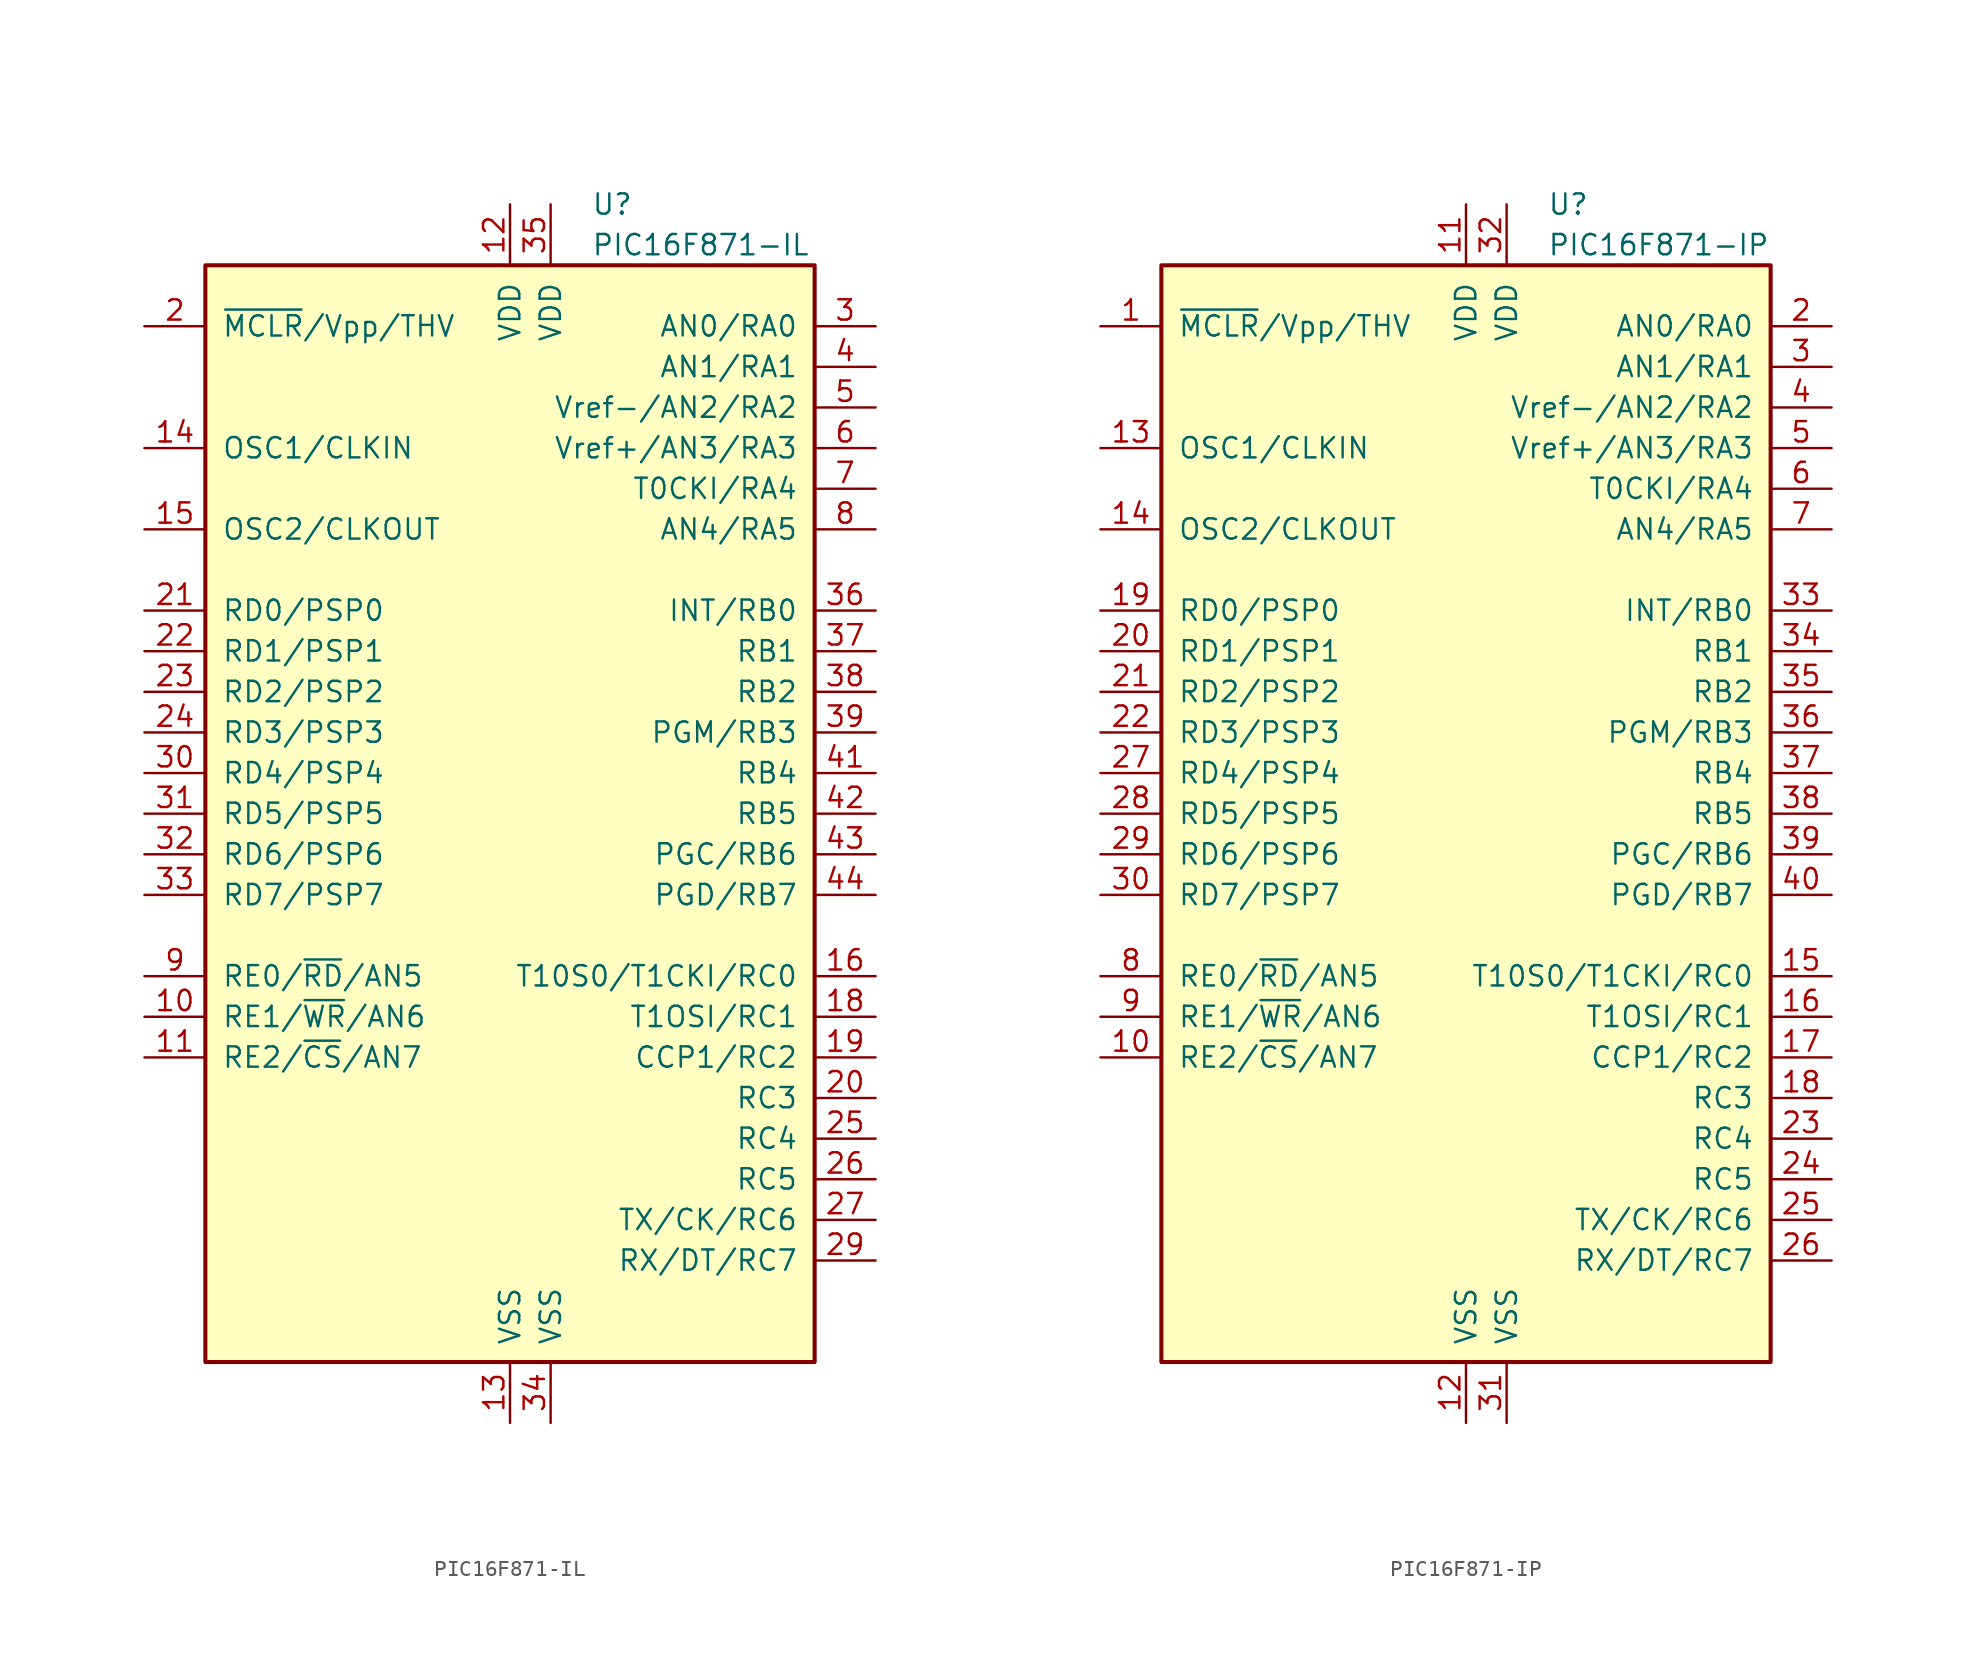
<source format=kicad_sym>
(kicad_symbol_lib
  (version 20211014)
  (generator kicad_symbol_editor)
  (symbol "PIC16F871-IL"
    (pin_names
      (offset 1.016))
    (property "Reference" "U"
      (at 5.08 38.1 0)
      (effects (font (size 1.27 1.27)) (justify left)))
    (property "Value" "PIC16F871-IL"
      (at 5.08 35.56 0)
      (effects (font (size 1.27 1.27)) (justify left)))
    (symbol "PIC16F871-IL_0_1"
      (rectangle (start -19.05 -34.29) (end 19.05 34.29) (stroke (width 0.254) (type default) (color 0 0 0 0)) (fill (type background))))
    (symbol "PIC16F871-IL_1_1"
      (pin bidirectional line (at -22.86 -12.7 0) (length 3.81) (name "RE1/~{WR}/AN6" (effects (font (size 1.27 1.27)))) (number "10" (effects (font (size 1.27 1.27)))))
      (pin bidirectional line (at -22.86 -15.24 0) (length 3.81) (name "RE2/~{CS}/AN7" (effects (font (size 1.27 1.27)))) (number "11" (effects (font (size 1.27 1.27)))))
      (pin power_in line (at 0 38.1 270) (length 3.81) (name "VDD" (effects (font (size 1.27 1.27)))) (number "12" (effects (font (size 1.27 1.27)))))
      (pin power_in line (at 0 -38.1 90) (length 3.81) (name "VSS" (effects (font (size 1.27 1.27)))) (number "13" (effects (font (size 1.27 1.27)))))
      (pin input line (at -22.86 22.86 0) (length 3.81) (name "OSC1/CLKIN" (effects (font (size 1.27 1.27)))) (number "14" (effects (font (size 1.27 1.27)))))
      (pin output line (at -22.86 17.78 0) (length 3.81) (name "OSC2/CLKOUT" (effects (font (size 1.27 1.27)))) (number "15" (effects (font (size 1.27 1.27)))))
      (pin bidirectional line (at 22.86 -10.16 180) (length 3.81) (name "T10S0/T1CKI/RC0" (effects (font (size 1.27 1.27)))) (number "16" (effects (font (size 1.27 1.27)))))
      (pin bidirectional line (at 22.86 -12.7 180) (length 3.81) (name "T1OSI/RC1" (effects (font (size 1.27 1.27)))) (number "18" (effects (font (size 1.27 1.27)))))
      (pin bidirectional line (at 22.86 -15.24 180) (length 3.81) (name "CCP1/RC2" (effects (font (size 1.27 1.27)))) (number "19" (effects (font (size 1.27 1.27)))))
      (pin input line (at -22.86 30.48 0) (length 3.81) (name "~{MCLR}/Vpp/THV" (effects (font (size 1.27 1.27)))) (number "2" (effects (font (size 1.27 1.27)))))
      (pin bidirectional line (at 22.86 -17.78 180) (length 3.81) (name "RC3" (effects (font (size 1.27 1.27)))) (number "20" (effects (font (size 1.27 1.27)))))
      (pin bidirectional line (at -22.86 12.7 0) (length 3.81) (name "RD0/PSP0" (effects (font (size 1.27 1.27)))) (number "21" (effects (font (size 1.27 1.27)))))
      (pin bidirectional line (at -22.86 10.16 0) (length 3.81) (name "RD1/PSP1" (effects (font (size 1.27 1.27)))) (number "22" (effects (font (size 1.27 1.27)))))
      (pin bidirectional line (at -22.86 7.62 0) (length 3.81) (name "RD2/PSP2" (effects (font (size 1.27 1.27)))) (number "23" (effects (font (size 1.27 1.27)))))
      (pin bidirectional line (at -22.86 5.08 0) (length 3.81) (name "RD3/PSP3" (effects (font (size 1.27 1.27)))) (number "24" (effects (font (size 1.27 1.27)))))
      (pin bidirectional line (at 22.86 -20.32 180) (length 3.81) (name "RC4" (effects (font (size 1.27 1.27)))) (number "25" (effects (font (size 1.27 1.27)))))
      (pin bidirectional line (at 22.86 -22.86 180) (length 3.81) (name "RC5" (effects (font (size 1.27 1.27)))) (number "26" (effects (font (size 1.27 1.27)))))
      (pin bidirectional line (at 22.86 -25.4 180) (length 3.81) (name "TX/CK/RC6" (effects (font (size 1.27 1.27)))) (number "27" (effects (font (size 1.27 1.27)))))
      (pin bidirectional line (at 22.86 -27.94 180) (length 3.81) (name "RX/DT/RC7" (effects (font (size 1.27 1.27)))) (number "29" (effects (font (size 1.27 1.27)))))
      (pin bidirectional line (at 22.86 30.48 180) (length 3.81) (name "AN0/RA0" (effects (font (size 1.27 1.27)))) (number "3" (effects (font (size 1.27 1.27)))))
      (pin bidirectional line (at -22.86 2.54 0) (length 3.81) (name "RD4/PSP4" (effects (font (size 1.27 1.27)))) (number "30" (effects (font (size 1.27 1.27)))))
      (pin bidirectional line (at -22.86 0 0) (length 3.81) (name "RD5/PSP5" (effects (font (size 1.27 1.27)))) (number "31" (effects (font (size 1.27 1.27)))))
      (pin bidirectional line (at -22.86 -2.54 0) (length 3.81) (name "RD6/PSP6" (effects (font (size 1.27 1.27)))) (number "32" (effects (font (size 1.27 1.27)))))
      (pin bidirectional line (at -22.86 -5.08 0) (length 3.81) (name "RD7/PSP7" (effects (font (size 1.27 1.27)))) (number "33" (effects (font (size 1.27 1.27)))))
      (pin power_in line (at 2.54 -38.1 90) (length 3.81) (name "VSS" (effects (font (size 1.27 1.27)))) (number "34" (effects (font (size 1.27 1.27)))))
      (pin power_in line (at 2.54 38.1 270) (length 3.81) (name "VDD" (effects (font (size 1.27 1.27)))) (number "35" (effects (font (size 1.27 1.27)))))
      (pin bidirectional line (at 22.86 12.7 180) (length 3.81) (name "INT/RB0" (effects (font (size 1.27 1.27)))) (number "36" (effects (font (size 1.27 1.27)))))
      (pin bidirectional line (at 22.86 10.16 180) (length 3.81) (name "RB1" (effects (font (size 1.27 1.27)))) (number "37" (effects (font (size 1.27 1.27)))))
      (pin bidirectional line (at 22.86 7.62 180) (length 3.81) (name "RB2" (effects (font (size 1.27 1.27)))) (number "38" (effects (font (size 1.27 1.27)))))
      (pin bidirectional line (at 22.86 5.08 180) (length 3.81) (name "PGM/RB3" (effects (font (size 1.27 1.27)))) (number "39" (effects (font (size 1.27 1.27)))))
      (pin bidirectional line (at 22.86 27.94 180) (length 3.81) (name "AN1/RA1" (effects (font (size 1.27 1.27)))) (number "4" (effects (font (size 1.27 1.27)))))
      (pin bidirectional line (at 22.86 2.54 180) (length 3.81) (name "RB4" (effects (font (size 1.27 1.27)))) (number "41" (effects (font (size 1.27 1.27)))))
      (pin bidirectional line (at 22.86 0 180) (length 3.81) (name "RB5" (effects (font (size 1.27 1.27)))) (number "42" (effects (font (size 1.27 1.27)))))
      (pin bidirectional line (at 22.86 -2.54 180) (length 3.81) (name "PGC/RB6" (effects (font (size 1.27 1.27)))) (number "43" (effects (font (size 1.27 1.27)))))
      (pin bidirectional line (at 22.86 -5.08 180) (length 3.81) (name "PGD/RB7" (effects (font (size 1.27 1.27)))) (number "44" (effects (font (size 1.27 1.27)))))
      (pin bidirectional line (at 22.86 25.4 180) (length 3.81) (name "Vref-/AN2/RA2" (effects (font (size 1.27 1.27)))) (number "5" (effects (font (size 1.27 1.27)))))
      (pin bidirectional line (at 22.86 22.86 180) (length 3.81) (name "Vref+/AN3/RA3" (effects (font (size 1.27 1.27)))) (number "6" (effects (font (size 1.27 1.27)))))
      (pin bidirectional line (at 22.86 20.32 180) (length 3.81) (name "T0CKI/RA4" (effects (font (size 1.27 1.27)))) (number "7" (effects (font (size 1.27 1.27)))))
      (pin bidirectional line (at 22.86 17.78 180) (length 3.81) (name "AN4/RA5" (effects (font (size 1.27 1.27)))) (number "8" (effects (font (size 1.27 1.27)))))
      (pin bidirectional line (at -22.86 -10.16 0) (length 3.81) (name "RE0/~{RD}/AN5" (effects (font (size 1.27 1.27)))) (number "9" (effects (font (size 1.27 1.27)))))))
  (symbol "PIC16F871-IP"
    (pin_names
      (offset 1.016))
    (property "Reference" "U"
      (at 5.08 38.1 0)
      (effects (font (size 1.27 1.27)) (justify left)))
    (property "Value" "PIC16F871-IP"
      (at 5.08 35.56 0)
      (effects (font (size 1.27 1.27)) (justify left)))
    (symbol "PIC16F871-IP_0_1"
      (rectangle (start -19.05 -34.29) (end 19.05 34.29) (stroke (width 0.254) (type default) (color 0 0 0 0)) (fill (type background))))
    (symbol "PIC16F871-IP_1_1"
      (pin input line (at -22.86 30.48 0) (length 3.81) (name "~{MCLR}/Vpp/THV" (effects (font (size 1.27 1.27)))) (number "1" (effects (font (size 1.27 1.27)))))
      (pin bidirectional line (at -22.86 -15.24 0) (length 3.81) (name "RE2/~{CS}/AN7" (effects (font (size 1.27 1.27)))) (number "10" (effects (font (size 1.27 1.27)))))
      (pin power_in line (at 0 38.1 270) (length 3.81) (name "VDD" (effects (font (size 1.27 1.27)))) (number "11" (effects (font (size 1.27 1.27)))))
      (pin power_in line (at 0 -38.1 90) (length 3.81) (name "VSS" (effects (font (size 1.27 1.27)))) (number "12" (effects (font (size 1.27 1.27)))))
      (pin input line (at -22.86 22.86 0) (length 3.81) (name "OSC1/CLKIN" (effects (font (size 1.27 1.27)))) (number "13" (effects (font (size 1.27 1.27)))))
      (pin output line (at -22.86 17.78 0) (length 3.81) (name "OSC2/CLKOUT" (effects (font (size 1.27 1.27)))) (number "14" (effects (font (size 1.27 1.27)))))
      (pin bidirectional line (at 22.86 -10.16 180) (length 3.81) (name "T10S0/T1CKI/RC0" (effects (font (size 1.27 1.27)))) (number "15" (effects (font (size 1.27 1.27)))))
      (pin bidirectional line (at 22.86 -12.7 180) (length 3.81) (name "T1OSI/RC1" (effects (font (size 1.27 1.27)))) (number "16" (effects (font (size 1.27 1.27)))))
      (pin bidirectional line (at 22.86 -15.24 180) (length 3.81) (name "CCP1/RC2" (effects (font (size 1.27 1.27)))) (number "17" (effects (font (size 1.27 1.27)))))
      (pin bidirectional line (at 22.86 -17.78 180) (length 3.81) (name "RC3" (effects (font (size 1.27 1.27)))) (number "18" (effects (font (size 1.27 1.27)))))
      (pin bidirectional line (at -22.86 12.7 0) (length 3.81) (name "RD0/PSP0" (effects (font (size 1.27 1.27)))) (number "19" (effects (font (size 1.27 1.27)))))
      (pin bidirectional line (at 22.86 30.48 180) (length 3.81) (name "AN0/RA0" (effects (font (size 1.27 1.27)))) (number "2" (effects (font (size 1.27 1.27)))))
      (pin bidirectional line (at -22.86 10.16 0) (length 3.81) (name "RD1/PSP1" (effects (font (size 1.27 1.27)))) (number "20" (effects (font (size 1.27 1.27)))))
      (pin bidirectional line (at -22.86 7.62 0) (length 3.81) (name "RD2/PSP2" (effects (font (size 1.27 1.27)))) (number "21" (effects (font (size 1.27 1.27)))))
      (pin bidirectional line (at -22.86 5.08 0) (length 3.81) (name "RD3/PSP3" (effects (font (size 1.27 1.27)))) (number "22" (effects (font (size 1.27 1.27)))))
      (pin bidirectional line (at 22.86 -20.32 180) (length 3.81) (name "RC4" (effects (font (size 1.27 1.27)))) (number "23" (effects (font (size 1.27 1.27)))))
      (pin bidirectional line (at 22.86 -22.86 180) (length 3.81) (name "RC5" (effects (font (size 1.27 1.27)))) (number "24" (effects (font (size 1.27 1.27)))))
      (pin bidirectional line (at 22.86 -25.4 180) (length 3.81) (name "TX/CK/RC6" (effects (font (size 1.27 1.27)))) (number "25" (effects (font (size 1.27 1.27)))))
      (pin bidirectional line (at 22.86 -27.94 180) (length 3.81) (name "RX/DT/RC7" (effects (font (size 1.27 1.27)))) (number "26" (effects (font (size 1.27 1.27)))))
      (pin bidirectional line (at -22.86 2.54 0) (length 3.81) (name "RD4/PSP4" (effects (font (size 1.27 1.27)))) (number "27" (effects (font (size 1.27 1.27)))))
      (pin bidirectional line (at -22.86 0 0) (length 3.81) (name "RD5/PSP5" (effects (font (size 1.27 1.27)))) (number "28" (effects (font (size 1.27 1.27)))))
      (pin bidirectional line (at -22.86 -2.54 0) (length 3.81) (name "RD6/PSP6" (effects (font (size 1.27 1.27)))) (number "29" (effects (font (size 1.27 1.27)))))
      (pin bidirectional line (at 22.86 27.94 180) (length 3.81) (name "AN1/RA1" (effects (font (size 1.27 1.27)))) (number "3" (effects (font (size 1.27 1.27)))))
      (pin bidirectional line (at -22.86 -5.08 0) (length 3.81) (name "RD7/PSP7" (effects (font (size 1.27 1.27)))) (number "30" (effects (font (size 1.27 1.27)))))
      (pin power_in line (at 2.54 -38.1 90) (length 3.81) (name "VSS" (effects (font (size 1.27 1.27)))) (number "31" (effects (font (size 1.27 1.27)))))
      (pin power_in line (at 2.54 38.1 270) (length 3.81) (name "VDD" (effects (font (size 1.27 1.27)))) (number "32" (effects (font (size 1.27 1.27)))))
      (pin bidirectional line (at 22.86 12.7 180) (length 3.81) (name "INT/RB0" (effects (font (size 1.27 1.27)))) (number "33" (effects (font (size 1.27 1.27)))))
      (pin bidirectional line (at 22.86 10.16 180) (length 3.81) (name "RB1" (effects (font (size 1.27 1.27)))) (number "34" (effects (font (size 1.27 1.27)))))
      (pin bidirectional line (at 22.86 7.62 180) (length 3.81) (name "RB2" (effects (font (size 1.27 1.27)))) (number "35" (effects (font (size 1.27 1.27)))))
      (pin bidirectional line (at 22.86 5.08 180) (length 3.81) (name "PGM/RB3" (effects (font (size 1.27 1.27)))) (number "36" (effects (font (size 1.27 1.27)))))
      (pin bidirectional line (at 22.86 2.54 180) (length 3.81) (name "RB4" (effects (font (size 1.27 1.27)))) (number "37" (effects (font (size 1.27 1.27)))))
      (pin bidirectional line (at 22.86 0 180) (length 3.81) (name "RB5" (effects (font (size 1.27 1.27)))) (number "38" (effects (font (size 1.27 1.27)))))
      (pin bidirectional line (at 22.86 -2.54 180) (length 3.81) (name "PGC/RB6" (effects (font (size 1.27 1.27)))) (number "39" (effects (font (size 1.27 1.27)))))
      (pin bidirectional line (at 22.86 25.4 180) (length 3.81) (name "Vref-/AN2/RA2" (effects (font (size 1.27 1.27)))) (number "4" (effects (font (size 1.27 1.27)))))
      (pin bidirectional line (at 22.86 -5.08 180) (length 3.81) (name "PGD/RB7" (effects (font (size 1.27 1.27)))) (number "40" (effects (font (size 1.27 1.27)))))
      (pin bidirectional line (at 22.86 22.86 180) (length 3.81) (name "Vref+/AN3/RA3" (effects (font (size 1.27 1.27)))) (number "5" (effects (font (size 1.27 1.27)))))
      (pin bidirectional line (at 22.86 20.32 180) (length 3.81) (name "T0CKI/RA4" (effects (font (size 1.27 1.27)))) (number "6" (effects (font (size 1.27 1.27)))))
      (pin bidirectional line (at 22.86 17.78 180) (length 3.81) (name "AN4/RA5" (effects (font (size 1.27 1.27)))) (number "7" (effects (font (size 1.27 1.27)))))
      (pin bidirectional line (at -22.86 -10.16 0) (length 3.81) (name "RE0/~{RD}/AN5" (effects (font (size 1.27 1.27)))) (number "8" (effects (font (size 1.27 1.27)))))
      (pin bidirectional line (at -22.86 -12.7 0) (length 3.81) (name "RE1/~{WR}/AN6" (effects (font (size 1.27 1.27)))) (number "9" (effects (font (size 1.27 1.27))))))))
</source>
